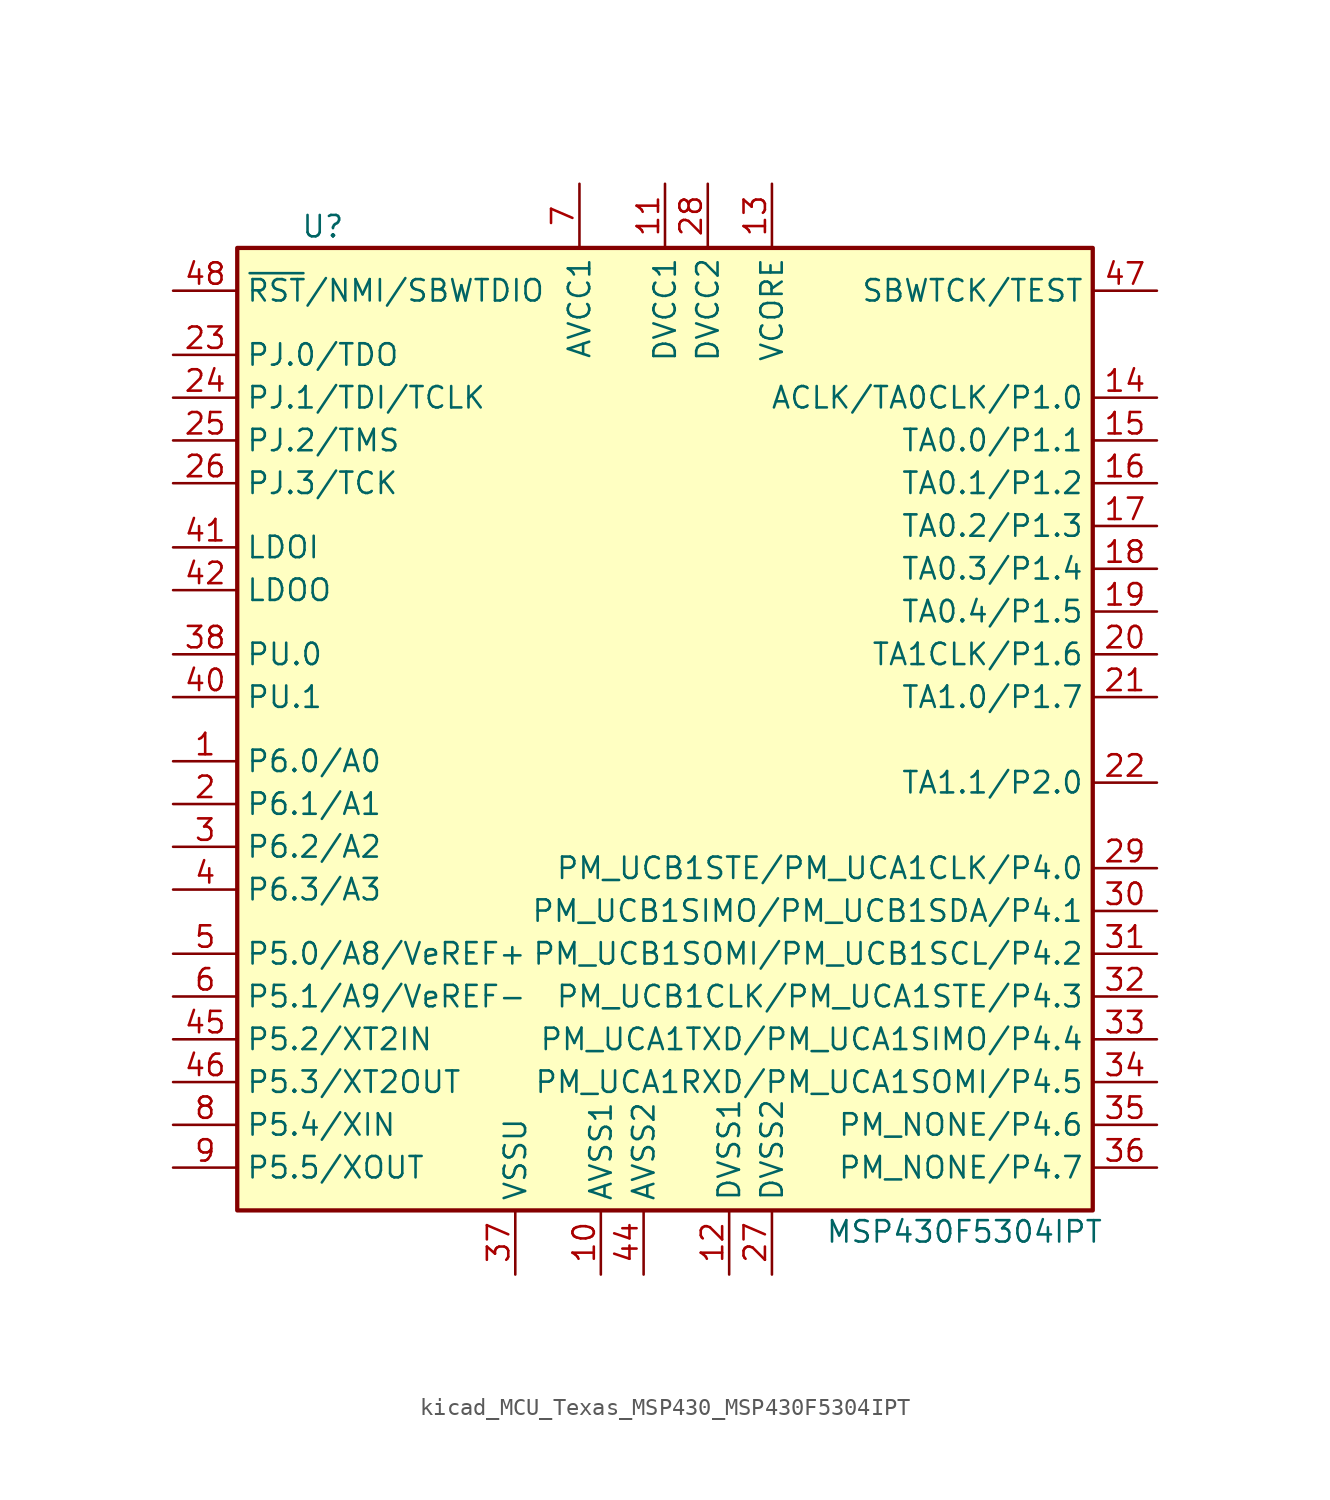
<source format=kicad_sym>
(kicad_symbol_lib
  (version 20220914)
  (generator kicad_symbol_editor)
  (symbol "kicad_MCU_Texas_MSP430_MSP430F5304IPT"
    (property "Reference" "U"
      (at -21.59 30.48 0)
      (effects (font (size 1.27 1.27))))
    (property "Value" "MSP430F5304IPT"
      (at 16.51 -29.21 0)
      (effects (font (size 1.27 1.27))))
    (symbol "kicad_MCU_Texas_MSP430_MSP430F5304IPT_0_1"
      (rectangle (start -26.67 29.21) (end 24.13 -27.94) (stroke (width 0.254) (type default)) (fill (type background))))
    (symbol "kicad_MCU_Texas_MSP430_MSP430F5304IPT_1_1"
      (pin bidirectional line (at -30.48 -1.27 0) (length 3.81) (name "P6.0/A0" (effects (font (size 1.27 1.27)))) (number "1" (effects (font (size 1.27 1.27)))))
      (pin power_in line (at -5.08 -31.75 90) (length 3.81) (name "AVSS1" (effects (font (size 1.27 1.27)))) (number "10" (effects (font (size 1.27 1.27)))))
      (pin power_in line (at -1.27 33.02 270) (length 3.81) (name "DVCC1" (effects (font (size 1.27 1.27)))) (number "11" (effects (font (size 1.27 1.27)))))
      (pin power_in line (at 2.54 -31.75 90) (length 3.81) (name "DVSS1" (effects (font (size 1.27 1.27)))) (number "12" (effects (font (size 1.27 1.27)))))
      (pin bidirectional line (at 5.08 33.02 270) (length 3.81) (name "VCORE" (effects (font (size 1.27 1.27)))) (number "13" (effects (font (size 1.27 1.27)))))
      (pin bidirectional line (at 27.94 20.32 180) (length 3.81) (name "ACLK/TA0CLK/P1.0" (effects (font (size 1.27 1.27)))) (number "14" (effects (font (size 1.27 1.27)))))
      (pin bidirectional line (at 27.94 17.78 180) (length 3.81) (name "TA0.0/P1.1" (effects (font (size 1.27 1.27)))) (number "15" (effects (font (size 1.27 1.27)))))
      (pin bidirectional line (at 27.94 15.24 180) (length 3.81) (name "TA0.1/P1.2" (effects (font (size 1.27 1.27)))) (number "16" (effects (font (size 1.27 1.27)))))
      (pin bidirectional line (at 27.94 12.7 180) (length 3.81) (name "TA0.2/P1.3" (effects (font (size 1.27 1.27)))) (number "17" (effects (font (size 1.27 1.27)))))
      (pin bidirectional line (at 27.94 10.16 180) (length 3.81) (name "TA0.3/P1.4" (effects (font (size 1.27 1.27)))) (number "18" (effects (font (size 1.27 1.27)))))
      (pin bidirectional line (at 27.94 7.62 180) (length 3.81) (name "TA0.4/P1.5" (effects (font (size 1.27 1.27)))) (number "19" (effects (font (size 1.27 1.27)))))
      (pin bidirectional line (at -30.48 -3.81 0) (length 3.81) (name "P6.1/A1" (effects (font (size 1.27 1.27)))) (number "2" (effects (font (size 1.27 1.27)))))
      (pin bidirectional line (at 27.94 5.08 180) (length 3.81) (name "TA1CLK/P1.6" (effects (font (size 1.27 1.27)))) (number "20" (effects (font (size 1.27 1.27)))))
      (pin bidirectional line (at 27.94 2.54 180) (length 3.81) (name "TA1.0/P1.7" (effects (font (size 1.27 1.27)))) (number "21" (effects (font (size 1.27 1.27)))))
      (pin bidirectional line (at 27.94 -2.54 180) (length 3.81) (name "TA1.1/P2.0" (effects (font (size 1.27 1.27)))) (number "22" (effects (font (size 1.27 1.27)))))
      (pin bidirectional line (at -30.48 22.86 0) (length 3.81) (name "PJ.0/TDO" (effects (font (size 1.27 1.27)))) (number "23" (effects (font (size 1.27 1.27)))))
      (pin bidirectional line (at -30.48 20.32 0) (length 3.81) (name "PJ.1/TDI/TCLK" (effects (font (size 1.27 1.27)))) (number "24" (effects (font (size 1.27 1.27)))))
      (pin bidirectional line (at -30.48 17.78 0) (length 3.81) (name "PJ.2/TMS" (effects (font (size 1.27 1.27)))) (number "25" (effects (font (size 1.27 1.27)))))
      (pin bidirectional line (at -30.48 15.24 0) (length 3.81) (name "PJ.3/TCK" (effects (font (size 1.27 1.27)))) (number "26" (effects (font (size 1.27 1.27)))))
      (pin power_in line (at 5.08 -31.75 90) (length 3.81) (name "DVSS2" (effects (font (size 1.27 1.27)))) (number "27" (effects (font (size 1.27 1.27)))))
      (pin power_in line (at 1.27 33.02 270) (length 3.81) (name "DVCC2" (effects (font (size 1.27 1.27)))) (number "28" (effects (font (size 1.27 1.27)))))
      (pin bidirectional line (at 27.94 -7.62 180) (length 3.81) (name "PM_UCB1STE/PM_UCA1CLK/P4.0" (effects (font (size 1.27 1.27)))) (number "29" (effects (font (size 1.27 1.27)))))
      (pin bidirectional line (at -30.48 -6.35 0) (length 3.81) (name "P6.2/A2" (effects (font (size 1.27 1.27)))) (number "3" (effects (font (size 1.27 1.27)))))
      (pin bidirectional line (at 27.94 -10.16 180) (length 3.81) (name "PM_UCB1SIMO/PM_UCB1SDA/P4.1" (effects (font (size 1.27 1.27)))) (number "30" (effects (font (size 1.27 1.27)))))
      (pin bidirectional line (at 27.94 -12.7 180) (length 3.81) (name "PM_UCB1SOMI/PM_UCB1SCL/P4.2" (effects (font (size 1.27 1.27)))) (number "31" (effects (font (size 1.27 1.27)))))
      (pin bidirectional line (at 27.94 -15.24 180) (length 3.81) (name "PM_UCB1CLK/PM_UCA1STE/P4.3" (effects (font (size 1.27 1.27)))) (number "32" (effects (font (size 1.27 1.27)))))
      (pin bidirectional line (at 27.94 -17.78 180) (length 3.81) (name "PM_UCA1TXD/PM_UCA1SIMO/P4.4" (effects (font (size 1.27 1.27)))) (number "33" (effects (font (size 1.27 1.27)))))
      (pin bidirectional line (at 27.94 -20.32 180) (length 3.81) (name "PM_UCA1RXD/PM_UCA1SOMI/P4.5" (effects (font (size 1.27 1.27)))) (number "34" (effects (font (size 1.27 1.27)))))
      (pin bidirectional line (at 27.94 -22.86 180) (length 3.81) (name "PM_NONE/P4.6" (effects (font (size 1.27 1.27)))) (number "35" (effects (font (size 1.27 1.27)))))
      (pin bidirectional line (at 27.94 -25.4 180) (length 3.81) (name "PM_NONE/P4.7" (effects (font (size 1.27 1.27)))) (number "36" (effects (font (size 1.27 1.27)))))
      (pin power_in line (at -10.16 -31.75 90) (length 3.81) (name "VSSU" (effects (font (size 1.27 1.27)))) (number "37" (effects (font (size 1.27 1.27)))))
      (pin bidirectional line (at -30.48 5.08 0) (length 3.81) (name "PU.0" (effects (font (size 1.27 1.27)))) (number "38" (effects (font (size 1.27 1.27)))))
      (pin bidirectional line (at -30.48 -8.89 0) (length 3.81) (name "P6.3/A3" (effects (font (size 1.27 1.27)))) (number "4" (effects (font (size 1.27 1.27)))))
      (pin bidirectional line (at -30.48 2.54 0) (length 3.81) (name "PU.1" (effects (font (size 1.27 1.27)))) (number "40" (effects (font (size 1.27 1.27)))))
      (pin power_in line (at -30.48 11.43 0) (length 3.81) (name "LDOI" (effects (font (size 1.27 1.27)))) (number "41" (effects (font (size 1.27 1.27)))))
      (pin power_out line (at -30.48 8.89 0) (length 3.81) (name "LDOO" (effects (font (size 1.27 1.27)))) (number "42" (effects (font (size 1.27 1.27)))))
      (pin power_in line (at -2.54 -31.75 90) (length 3.81) (name "AVSS2" (effects (font (size 1.27 1.27)))) (number "44" (effects (font (size 1.27 1.27)))))
      (pin bidirectional line (at -30.48 -17.78 0) (length 3.81) (name "P5.2/XT2IN" (effects (font (size 1.27 1.27)))) (number "45" (effects (font (size 1.27 1.27)))))
      (pin bidirectional line (at -30.48 -20.32 0) (length 3.81) (name "P5.3/XT2OUT" (effects (font (size 1.27 1.27)))) (number "46" (effects (font (size 1.27 1.27)))))
      (pin input line (at 27.94 26.67 180) (length 3.81) (name "SBWTCK/TEST" (effects (font (size 1.27 1.27)))) (number "47" (effects (font (size 1.27 1.27)))))
      (pin input line (at -30.48 26.67 0) (length 3.81) (name "~{RST}/NMI/SBWTDIO" (effects (font (size 1.27 1.27)))) (number "48" (effects (font (size 1.27 1.27)))))
      (pin bidirectional line (at -30.48 -12.7 0) (length 3.81) (name "P5.0/A8/VeREF+" (effects (font (size 1.27 1.27)))) (number "5" (effects (font (size 1.27 1.27)))))
      (pin bidirectional line (at -30.48 -15.24 0) (length 3.81) (name "P5.1/A9/VeREF-" (effects (font (size 1.27 1.27)))) (number "6" (effects (font (size 1.27 1.27)))))
      (pin power_in line (at -6.35 33.02 270) (length 3.81) (name "AVCC1" (effects (font (size 1.27 1.27)))) (number "7" (effects (font (size 1.27 1.27)))))
      (pin bidirectional line (at -30.48 -22.86 0) (length 3.81) (name "P5.4/XIN" (effects (font (size 1.27 1.27)))) (number "8" (effects (font (size 1.27 1.27)))))
      (pin bidirectional line (at -30.48 -25.4 0) (length 3.81) (name "P5.5/XOUT" (effects (font (size 1.27 1.27)))) (number "9" (effects (font (size 1.27 1.27))))))))
</source>
